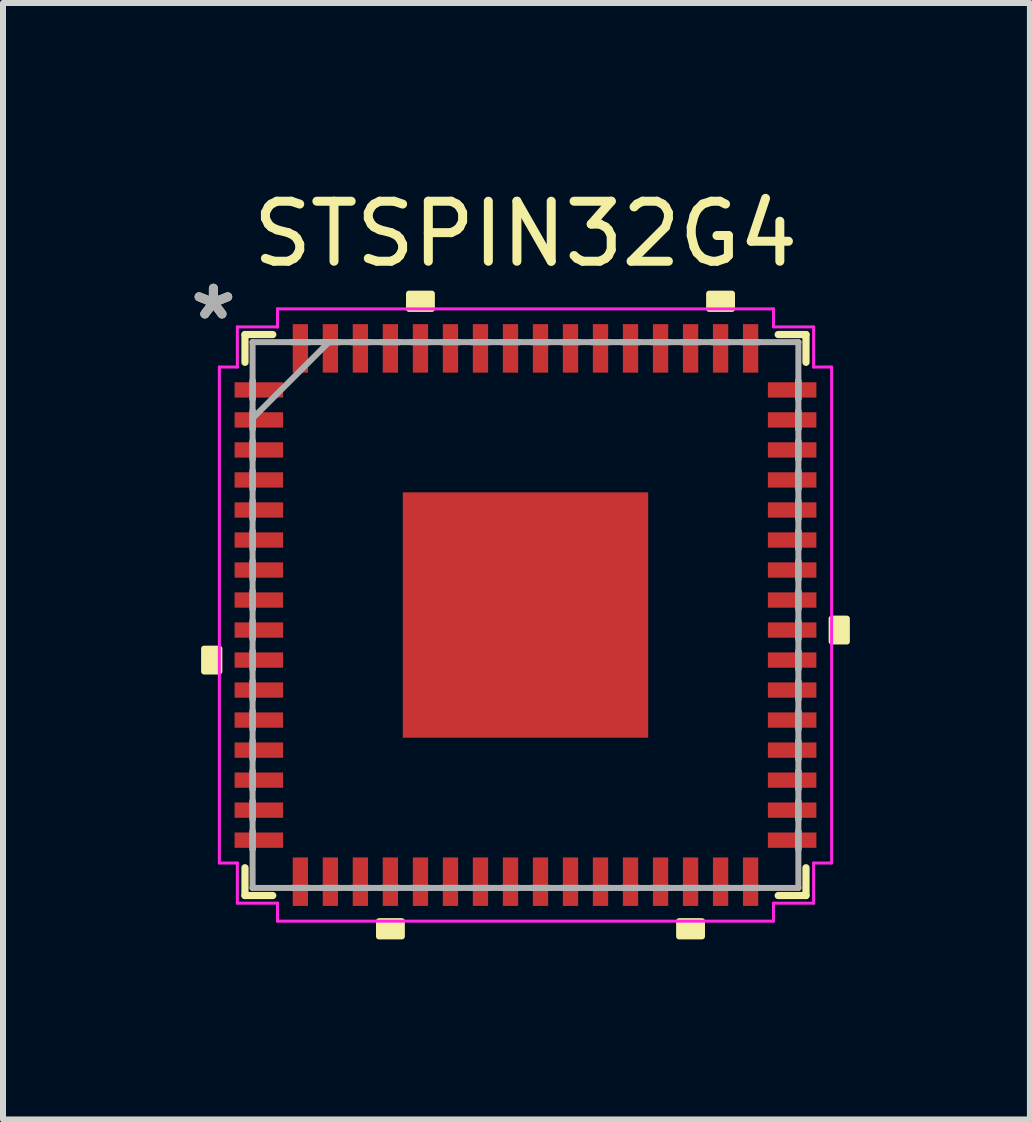
<source format=kicad_pcb>
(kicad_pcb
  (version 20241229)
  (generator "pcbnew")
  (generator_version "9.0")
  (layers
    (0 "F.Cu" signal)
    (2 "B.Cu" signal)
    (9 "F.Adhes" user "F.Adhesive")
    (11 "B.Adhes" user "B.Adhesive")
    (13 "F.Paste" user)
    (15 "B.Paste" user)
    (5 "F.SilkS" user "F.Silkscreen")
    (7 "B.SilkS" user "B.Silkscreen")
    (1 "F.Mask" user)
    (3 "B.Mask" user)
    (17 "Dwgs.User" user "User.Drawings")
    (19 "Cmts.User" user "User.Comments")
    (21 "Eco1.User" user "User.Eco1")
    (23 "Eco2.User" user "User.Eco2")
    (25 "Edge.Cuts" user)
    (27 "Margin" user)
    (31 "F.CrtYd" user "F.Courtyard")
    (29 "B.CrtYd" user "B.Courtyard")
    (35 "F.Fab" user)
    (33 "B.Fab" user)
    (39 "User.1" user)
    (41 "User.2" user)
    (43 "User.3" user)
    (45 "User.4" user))
  (footprint "STSPIN32G4"
    (layer "F.Cu")
    (at 5.706 7.198)
    (property "Reference" "STSPIN32G4" (at 0 -6.35 0) (layer "F.SilkS") (effects (font (size 1 1) (thickness 0.15))))
    (attr through_hole)
    (fp_line (start -4.674 -4.674) (end -4.674 -4.211) (stroke (width 0.12) (type solid)) (layer "F.SilkS"))
    (fp_line (start -4.674 4.211) (end -4.674 4.674) (stroke (width 0.12) (type solid)) (layer "F.SilkS"))
    (fp_line (start -4.674 4.674) (end -4.211 4.674) (stroke (width 0.12) (type solid)) (layer "F.SilkS"))
    (fp_line (start -4.211 -4.674) (end -4.674 -4.674) (stroke (width 0.12) (type solid)) (layer "F.SilkS"))
    (fp_line (start 4.211 4.674) (end 4.674 4.674) (stroke (width 0.12) (type solid)) (layer "F.SilkS"))
    (fp_line (start 4.674 -4.674) (end 4.211 -4.674) (stroke (width 0.12) (type solid)) (layer "F.SilkS"))
    (fp_line (start 4.674 -4.211) (end 4.674 -4.674) (stroke (width 0.12) (type solid)) (layer "F.SilkS"))
    (fp_line (start 4.674 4.674) (end 4.674 4.211) (stroke (width 0.12) (type solid)) (layer "F.SilkS"))
    (fp_poly (pts (xy -5.355 0.56) (xy -5.355 0.941) (xy -5.101 0.941) (xy -5.101 0.56)) (stroke (width 0.1) (type solid)) (fill yes) (layer "F.SilkS"))
    (fp_poly (pts (xy -2.441 5.101) (xy -2.441 5.355) (xy -2.06 5.355) (xy -2.06 5.101)) (stroke (width 0.1) (type solid)) (fill yes) (layer "F.SilkS"))
    (fp_poly (pts (xy -1.941 -5.101) (xy -1.941 -5.355) (xy -1.56 -5.355) (xy -1.56 -5.101)) (stroke (width 0.1) (type solid)) (fill yes) (layer "F.SilkS"))
    (fp_poly (pts (xy 2.56 5.101) (xy 2.56 5.355) (xy 2.941 5.355) (xy 2.941 5.101)) (stroke (width 0.1) (type solid)) (fill yes) (layer "F.SilkS"))
    (fp_poly (pts (xy 3.06 -5.101) (xy 3.06 -5.355) (xy 3.441 -5.355) (xy 3.441 -5.101)) (stroke (width 0.1) (type solid)) (fill yes) (layer "F.SilkS"))
    (fp_poly (pts (xy 5.355 0.06) (xy 5.355 0.441) (xy 5.101 0.441) (xy 5.101 0.06)) (stroke (width 0.1) (type solid)) (fill yes) (layer "F.SilkS"))
    (fp_poly (pts (xy -1.945 -1.945) (xy -1.945 -0.782) (xy -0.782 -0.782) (xy -0.782 -1.945)) (stroke (width 0.1) (type solid)) (fill yes) (layer "F.Paste"))
    (fp_poly (pts (xy -1.945 -0.582) (xy -1.945 0.582) (xy -0.782 0.582) (xy -0.782 -0.582)) (stroke (width 0.1) (type solid)) (fill yes) (layer "F.Paste"))
    (fp_poly (pts (xy -1.945 0.782) (xy -1.945 1.945) (xy -0.782 1.945) (xy -0.782 0.782)) (stroke (width 0.1) (type solid)) (fill yes) (layer "F.Paste"))
    (fp_poly (pts (xy -0.582 -1.945) (xy -0.582 -0.782) (xy 0.582 -0.782) (xy 0.582 -1.945)) (stroke (width 0.1) (type solid)) (fill yes) (layer "F.Paste"))
    (fp_poly (pts (xy -0.582 -0.582) (xy -0.582 0.582) (xy 0.582 0.582) (xy 0.582 -0.582)) (stroke (width 0.1) (type solid)) (fill yes) (layer "F.Paste"))
    (fp_poly (pts (xy -0.582 0.782) (xy -0.582 1.945) (xy 0.582 1.945) (xy 0.582 0.782)) (stroke (width 0.1) (type solid)) (fill yes) (layer "F.Paste"))
    (fp_poly (pts (xy 0.782 -1.945) (xy 0.782 -0.782) (xy 1.945 -0.782) (xy 1.945 -1.945)) (stroke (width 0.1) (type solid)) (fill yes) (layer "F.Paste"))
    (fp_poly (pts (xy 0.782 -0.582) (xy 0.782 0.582) (xy 1.945 0.582) (xy 1.945 -0.582)) (stroke (width 0.1) (type solid)) (fill yes) (layer "F.Paste"))
    (fp_poly (pts (xy 0.782 0.782) (xy 0.782 1.945) (xy 1.945 1.945) (xy 1.945 0.782)) (stroke (width 0.1) (type solid)) (fill yes) (layer "F.Paste"))
    (fp_line (start -5.101 -4.132) (end -4.801 -4.132) (stroke (width 0.05) (type solid)) (layer "F.CrtYd"))
    (fp_line (start -5.101 4.132) (end -5.101 -4.132) (stroke (width 0.05) (type solid)) (layer "F.CrtYd"))
    (fp_line (start -4.801 -4.801) (end -4.132 -4.801) (stroke (width 0.05) (type solid)) (layer "F.CrtYd"))
    (fp_line (start -4.801 -4.132) (end -4.801 -4.801) (stroke (width 0.05) (type solid)) (layer "F.CrtYd"))
    (fp_line (start -4.801 4.132) (end -5.101 4.132) (stroke (width 0.05) (type solid)) (layer "F.CrtYd"))
    (fp_line (start -4.801 4.801) (end -4.801 4.132) (stroke (width 0.05) (type solid)) (layer "F.CrtYd"))
    (fp_line (start -4.132 -5.101) (end 4.132 -5.101) (stroke (width 0.05) (type solid)) (layer "F.CrtYd"))
    (fp_line (start -4.132 -4.801) (end -4.132 -5.101) (stroke (width 0.05) (type solid)) (layer "F.CrtYd"))
    (fp_line (start -4.132 4.801) (end -4.801 4.801) (stroke (width 0.05) (type solid)) (layer "F.CrtYd"))
    (fp_line (start -4.132 5.101) (end -4.132 4.801) (stroke (width 0.05) (type solid)) (layer "F.CrtYd"))
    (fp_line (start 4.132 -5.101) (end 4.132 -4.801) (stroke (width 0.05) (type solid)) (layer "F.CrtYd"))
    (fp_line (start 4.132 -4.801) (end 4.801 -4.801) (stroke (width 0.05) (type solid)) (layer "F.CrtYd"))
    (fp_line (start 4.132 4.801) (end 4.132 5.101) (stroke (width 0.05) (type solid)) (layer "F.CrtYd"))
    (fp_line (start 4.132 5.101) (end -4.132 5.101) (stroke (width 0.05) (type solid)) (layer "F.CrtYd"))
    (fp_line (start 4.801 -4.801) (end 4.801 -4.132) (stroke (width 0.05) (type solid)) (layer "F.CrtYd"))
    (fp_line (start 4.801 -4.132) (end 5.101 -4.132) (stroke (width 0.05) (type solid)) (layer "F.CrtYd"))
    (fp_line (start 4.801 4.132) (end 4.801 4.801) (stroke (width 0.05) (type solid)) (layer "F.CrtYd"))
    (fp_line (start 4.801 4.801) (end 4.132 4.801) (stroke (width 0.05) (type solid)) (layer "F.CrtYd"))
    (fp_line (start 5.101 -4.132) (end 5.101 4.132) (stroke (width 0.05) (type solid)) (layer "F.CrtYd"))
    (fp_line (start 5.101 4.132) (end 4.801 4.132) (stroke (width 0.05) (type solid)) (layer "F.CrtYd"))
    (fp_line (start -4.547 -4.547) (end -4.547 -4.547) (stroke (width 0.1) (type solid)) (layer "F.Fab"))
    (fp_line (start -4.547 -4.547) (end -4.547 4.547) (stroke (width 0.1) (type solid)) (layer "F.Fab"))
    (fp_line (start -4.547 -3.903) (end -4.547 -3.903) (stroke (width 0.1) (type solid)) (layer "F.Fab"))
    (fp_line (start -4.547 -3.903) (end -4.547 -3.599) (stroke (width 0.1) (type solid)) (layer "F.Fab"))
    (fp_line (start -4.547 -3.599) (end -4.547 -3.903) (stroke (width 0.1) (type solid)) (layer "F.Fab"))
    (fp_line (start -4.547 -3.599) (end -4.547 -3.599) (stroke (width 0.1) (type solid)) (layer "F.Fab"))
    (fp_line (start -4.547 -3.403) (end -4.547 -3.403) (stroke (width 0.1) (type solid)) (layer "F.Fab"))
    (fp_line (start -4.547 -3.403) (end -4.547 -3.098) (stroke (width 0.1) (type solid)) (layer "F.Fab"))
    (fp_line (start -4.547 -3.277) (end -3.277 -4.547) (stroke (width 0.1) (type solid)) (layer "F.Fab"))
    (fp_line (start -4.547 -3.098) (end -4.547 -3.403) (stroke (width 0.1) (type solid)) (layer "F.Fab"))
    (fp_line (start -4.547 -3.098) (end -4.547 -3.098) (stroke (width 0.1) (type solid)) (layer "F.Fab"))
    (fp_line (start -4.547 -2.903) (end -4.547 -2.903) (stroke (width 0.1) (type solid)) (layer "F.Fab"))
    (fp_line (start -4.547 -2.903) (end -4.547 -2.598) (stroke (width 0.1) (type solid)) (layer "F.Fab"))
    (fp_line (start -4.547 -2.598) (end -4.547 -2.903) (stroke (width 0.1) (type solid)) (layer "F.Fab"))
    (fp_line (start -4.547 -2.598) (end -4.547 -2.598) (stroke (width 0.1) (type solid)) (layer "F.Fab"))
    (fp_line (start -4.547 -2.403) (end -4.547 -2.403) (stroke (width 0.1) (type solid)) (layer "F.Fab"))
    (fp_line (start -4.547 -2.403) (end -4.547 -2.098) (stroke (width 0.1) (type solid)) (layer "F.Fab"))
    (fp_line (start -4.547 -2.098) (end -4.547 -2.403) (stroke (width 0.1) (type solid)) (layer "F.Fab"))
    (fp_line (start -4.547 -2.098) (end -4.547 -2.098) (stroke (width 0.1) (type solid)) (layer "F.Fab"))
    (fp_line (start -4.547 -1.903) (end -4.547 -1.903) (stroke (width 0.1) (type solid)) (layer "F.Fab"))
    (fp_line (start -4.547 -1.903) (end -4.547 -1.598) (stroke (width 0.1) (type solid)) (layer "F.Fab"))
    (fp_line (start -4.547 -1.598) (end -4.547 -1.903) (stroke (width 0.1) (type solid)) (layer "F.Fab"))
    (fp_line (start -4.547 -1.598) (end -4.547 -1.598) (stroke (width 0.1) (type solid)) (layer "F.Fab"))
    (fp_line (start -4.547 -1.403) (end -4.547 -1.403) (stroke (width 0.1) (type solid)) (layer "F.Fab"))
    (fp_line (start -4.547 -1.403) (end -4.547 -1.098) (stroke (width 0.1) (type solid)) (layer "F.Fab"))
    (fp_line (start -4.547 -1.098) (end -4.547 -1.403) (stroke (width 0.1) (type solid)) (layer "F.Fab"))
    (fp_line (start -4.547 -1.098) (end -4.547 -1.098) (stroke (width 0.1) (type solid)) (layer "F.Fab"))
    (fp_line (start -4.547 -0.903) (end -4.547 -0.903) (stroke (width 0.1) (type solid)) (layer "F.Fab"))
    (fp_line (start -4.547 -0.903) (end -4.547 -0.598) (stroke (width 0.1) (type solid)) (layer "F.Fab"))
    (fp_line (start -4.547 -0.598) (end -4.547 -0.903) (stroke (width 0.1) (type solid)) (layer "F.Fab"))
    (fp_line (start -4.547 -0.598) (end -4.547 -0.598) (stroke (width 0.1) (type solid)) (layer "F.Fab"))
    (fp_line (start -4.547 -0.402) (end -4.547 -0.402) (stroke (width 0.1) (type solid)) (layer "F.Fab"))
    (fp_line (start -4.547 -0.402) (end -4.547 -0.098) (stroke (width 0.1) (type solid)) (layer "F.Fab"))
    (fp_line (start -4.547 -0.098) (end -4.547 -0.402) (stroke (width 0.1) (type solid)) (layer "F.Fab"))
    (fp_line (start -4.547 -0.098) (end -4.547 -0.098) (stroke (width 0.1) (type solid)) (layer "F.Fab"))
    (fp_line (start -4.547 0.098) (end -4.547 0.098) (stroke (width 0.1) (type solid)) (layer "F.Fab"))
    (fp_line (start -4.547 0.098) (end -4.547 0.402) (stroke (width 0.1) (type solid)) (layer "F.Fab"))
    (fp_line (start -4.547 0.402) (end -4.547 0.098) (stroke (width 0.1) (type solid)) (layer "F.Fab"))
    (fp_line (start -4.547 0.402) (end -4.547 0.402) (stroke (width 0.1) (type solid)) (layer "F.Fab"))
    (fp_line (start -4.547 0.598) (end -4.547 0.598) (stroke (width 0.1) (type solid)) (layer "F.Fab"))
    (fp_line (start -4.547 0.598) (end -4.547 0.903) (stroke (width 0.1) (type solid)) (layer "F.Fab"))
    (fp_line (start -4.547 0.903) (end -4.547 0.598) (stroke (width 0.1) (type solid)) (layer "F.Fab"))
    (fp_line (start -4.547 0.903) (end -4.547 0.903) (stroke (width 0.1) (type solid)) (layer "F.Fab"))
    (fp_line (start -4.547 1.098) (end -4.547 1.098) (stroke (width 0.1) (type solid)) (layer "F.Fab"))
    (fp_line (start -4.547 1.098) (end -4.547 1.403) (stroke (width 0.1) (type solid)) (layer "F.Fab"))
    (fp_line (start -4.547 1.403) (end -4.547 1.098) (stroke (width 0.1) (type solid)) (layer "F.Fab"))
    (fp_line (start -4.547 1.403) (end -4.547 1.403) (stroke (width 0.1) (type solid)) (layer "F.Fab"))
    (fp_line (start -4.547 1.598) (end -4.547 1.598) (stroke (width 0.1) (type solid)) (layer "F.Fab"))
    (fp_line (start -4.547 1.598) (end -4.547 1.903) (stroke (width 0.1) (type solid)) (layer "F.Fab"))
    (fp_line (start -4.547 1.903) (end -4.547 1.598) (stroke (width 0.1) (type solid)) (layer "F.Fab"))
    (fp_line (start -4.547 1.903) (end -4.547 1.903) (stroke (width 0.1) (type solid)) (layer "F.Fab"))
    (fp_line (start -4.547 2.098) (end -4.547 2.098) (stroke (width 0.1) (type solid)) (layer "F.Fab"))
    (fp_line (start -4.547 2.098) (end -4.547 2.403) (stroke (width 0.1) (type solid)) (layer "F.Fab"))
    (fp_line (start -4.547 2.403) (end -4.547 2.098) (stroke (width 0.1) (type solid)) (layer "F.Fab"))
    (fp_line (start -4.547 2.403) (end -4.547 2.403) (stroke (width 0.1) (type solid)) (layer "F.Fab"))
    (fp_line (start -4.547 2.598) (end -4.547 2.598) (stroke (width 0.1) (type solid)) (layer "F.Fab"))
    (fp_line (start -4.547 2.598) (end -4.547 2.903) (stroke (width 0.1) (type solid)) (layer "F.Fab"))
    (fp_line (start -4.547 2.903) (end -4.547 2.598) (stroke (width 0.1) (type solid)) (layer "F.Fab"))
    (fp_line (start -4.547 2.903) (end -4.547 2.903) (stroke (width 0.1) (type solid)) (layer "F.Fab"))
    (fp_line (start -4.547 3.098) (end -4.547 3.098) (stroke (width 0.1) (type solid)) (layer "F.Fab"))
    (fp_line (start -4.547 3.098) (end -4.547 3.403) (stroke (width 0.1) (type solid)) (layer "F.Fab"))
    (fp_line (start -4.547 3.403) (end -4.547 3.098) (stroke (width 0.1) (type solid)) (layer "F.Fab"))
    (fp_line (start -4.547 3.403) (end -4.547 3.403) (stroke (width 0.1) (type solid)) (layer "F.Fab"))
    (fp_line (start -4.547 3.599) (end -4.547 3.599) (stroke (width 0.1) (type solid)) (layer "F.Fab"))
    (fp_line (start -4.547 3.599) (end -4.547 3.903) (stroke (width 0.1) (type solid)) (layer "F.Fab"))
    (fp_line (start -4.547 3.903) (end -4.547 3.599) (stroke (width 0.1) (type solid)) (layer "F.Fab"))
    (fp_line (start -4.547 3.903) (end -4.547 3.903) (stroke (width 0.1) (type solid)) (layer "F.Fab"))
    (fp_line (start -4.547 4.547) (end -4.547 4.547) (stroke (width 0.1) (type solid)) (layer "F.Fab"))
    (fp_line (start -4.547 4.547) (end 4.547 4.547) (stroke (width 0.1) (type solid)) (layer "F.Fab"))
    (fp_line (start -3.903 -4.547) (end -3.903 -4.547) (stroke (width 0.1) (type solid)) (layer "F.Fab"))
    (fp_line (start -3.903 -4.547) (end -3.599 -4.547) (stroke (width 0.1) (type solid)) (layer "F.Fab"))
    (fp_line (start -3.903 4.547) (end -3.903 4.547) (stroke (width 0.1) (type solid)) (layer "F.Fab"))
    (fp_line (start -3.903 4.547) (end -3.599 4.547) (stroke (width 0.1) (type solid)) (layer "F.Fab"))
    (fp_line (start -3.599 -4.547) (end -3.903 -4.547) (stroke (width 0.1) (type solid)) (layer "F.Fab"))
    (fp_line (start -3.599 -4.547) (end -3.599 -4.547) (stroke (width 0.1) (type solid)) (layer "F.Fab"))
    (fp_line (start -3.599 4.547) (end -3.903 4.547) (stroke (width 0.1) (type solid)) (layer "F.Fab"))
    (fp_line (start -3.599 4.547) (end -3.599 4.547) (stroke (width 0.1) (type solid)) (layer "F.Fab"))
    (fp_line (start -3.403 -4.547) (end -3.403 -4.547) (stroke (width 0.1) (type solid)) (layer "F.Fab"))
    (fp_line (start -3.403 -4.547) (end -3.098 -4.547) (stroke (width 0.1) (type solid)) (layer "F.Fab"))
    (fp_line (start -3.403 4.547) (end -3.403 4.547) (stroke (width 0.1) (type solid)) (layer "F.Fab"))
    (fp_line (start -3.403 4.547) (end -3.098 4.547) (stroke (width 0.1) (type solid)) (layer "F.Fab"))
    (fp_line (start -3.098 -4.547) (end -3.403 -4.547) (stroke (width 0.1) (type solid)) (layer "F.Fab"))
    (fp_line (start -3.098 -4.547) (end -3.098 -4.547) (stroke (width 0.1) (type solid)) (layer "F.Fab"))
    (fp_line (start -3.098 4.547) (end -3.403 4.547) (stroke (width 0.1) (type solid)) (layer "F.Fab"))
    (fp_line (start -3.098 4.547) (end -3.098 4.547) (stroke (width 0.1) (type solid)) (layer "F.Fab"))
    (fp_line (start -2.903 -4.547) (end -2.903 -4.547) (stroke (width 0.1) (type solid)) (layer "F.Fab"))
    (fp_line (start -2.903 -4.547) (end -2.598 -4.547) (stroke (width 0.1) (type solid)) (layer "F.Fab"))
    (fp_line (start -2.903 4.547) (end -2.903 4.547) (stroke (width 0.1) (type solid)) (layer "F.Fab"))
    (fp_line (start -2.903 4.547) (end -2.598 4.547) (stroke (width 0.1) (type solid)) (layer "F.Fab"))
    (fp_line (start -2.598 -4.547) (end -2.903 -4.547) (stroke (width 0.1) (type solid)) (layer "F.Fab"))
    (fp_line (start -2.598 -4.547) (end -2.598 -4.547) (stroke (width 0.1) (type solid)) (layer "F.Fab"))
    (fp_line (start -2.598 4.547) (end -2.903 4.547) (stroke (width 0.1) (type solid)) (layer "F.Fab"))
    (fp_line (start -2.598 4.547) (end -2.598 4.547) (stroke (width 0.1) (type solid)) (layer "F.Fab"))
    (fp_line (start -2.403 -4.547) (end -2.403 -4.547) (stroke (width 0.1) (type solid)) (layer "F.Fab"))
    (fp_line (start -2.403 -4.547) (end -2.098 -4.547) (stroke (width 0.1) (type solid)) (layer "F.Fab"))
    (fp_line (start -2.403 4.547) (end -2.403 4.547) (stroke (width 0.1) (type solid)) (layer "F.Fab"))
    (fp_line (start -2.403 4.547) (end -2.098 4.547) (stroke (width 0.1) (type solid)) (layer "F.Fab"))
    (fp_line (start -2.098 -4.547) (end -2.403 -4.547) (stroke (width 0.1) (type solid)) (layer "F.Fab"))
    (fp_line (start -2.098 -4.547) (end -2.098 -4.547) (stroke (width 0.1) (type solid)) (layer "F.Fab"))
    (fp_line (start -2.098 4.547) (end -2.403 4.547) (stroke (width 0.1) (type solid)) (layer "F.Fab"))
    (fp_line (start -2.098 4.547) (end -2.098 4.547) (stroke (width 0.1) (type solid)) (layer "F.Fab"))
    (fp_line (start -1.903 -4.547) (end -1.903 -4.547) (stroke (width 0.1) (type solid)) (layer "F.Fab"))
    (fp_line (start -1.903 -4.547) (end -1.598 -4.547) (stroke (width 0.1) (type solid)) (layer "F.Fab"))
    (fp_line (start -1.903 4.547) (end -1.903 4.547) (stroke (width 0.1) (type solid)) (layer "F.Fab"))
    (fp_line (start -1.903 4.547) (end -1.598 4.547) (stroke (width 0.1) (type solid)) (layer "F.Fab"))
    (fp_line (start -1.598 -4.547) (end -1.903 -4.547) (stroke (width 0.1) (type solid)) (layer "F.Fab"))
    (fp_line (start -1.598 -4.547) (end -1.598 -4.547) (stroke (width 0.1) (type solid)) (layer "F.Fab"))
    (fp_line (start -1.598 4.547) (end -1.903 4.547) (stroke (width 0.1) (type solid)) (layer "F.Fab"))
    (fp_line (start -1.598 4.547) (end -1.598 4.547) (stroke (width 0.1) (type solid)) (layer "F.Fab"))
    (fp_line (start -1.403 -4.547) (end -1.403 -4.547) (stroke (width 0.1) (type solid)) (layer "F.Fab"))
    (fp_line (start -1.403 -4.547) (end -1.098 -4.547) (stroke (width 0.1) (type solid)) (layer "F.Fab"))
    (fp_line (start -1.403 4.547) (end -1.403 4.547) (stroke (width 0.1) (type solid)) (layer "F.Fab"))
    (fp_line (start -1.403 4.547) (end -1.098 4.547) (stroke (width 0.1) (type solid)) (layer "F.Fab"))
    (fp_line (start -1.098 -4.547) (end -1.403 -4.547) (stroke (width 0.1) (type solid)) (layer "F.Fab"))
    (fp_line (start -1.098 -4.547) (end -1.098 -4.547) (stroke (width 0.1) (type solid)) (layer "F.Fab"))
    (fp_line (start -1.098 4.547) (end -1.403 4.547) (stroke (width 0.1) (type solid)) (layer "F.Fab"))
    (fp_line (start -1.098 4.547) (end -1.098 4.547) (stroke (width 0.1) (type solid)) (layer "F.Fab"))
    (fp_line (start -0.903 -4.547) (end -0.903 -4.547) (stroke (width 0.1) (type solid)) (layer "F.Fab"))
    (fp_line (start -0.903 -4.547) (end -0.598 -4.547) (stroke (width 0.1) (type solid)) (layer "F.Fab"))
    (fp_line (start -0.903 4.547) (end -0.903 4.547) (stroke (width 0.1) (type solid)) (layer "F.Fab"))
    (fp_line (start -0.903 4.547) (end -0.598 4.547) (stroke (width 0.1) (type solid)) (layer "F.Fab"))
    (fp_line (start -0.598 -4.547) (end -0.903 -4.547) (stroke (width 0.1) (type solid)) (layer "F.Fab"))
    (fp_line (start -0.598 -4.547) (end -0.598 -4.547) (stroke (width 0.1) (type solid)) (layer "F.Fab"))
    (fp_line (start -0.598 4.547) (end -0.903 4.547) (stroke (width 0.1) (type solid)) (layer "F.Fab"))
    (fp_line (start -0.598 4.547) (end -0.598 4.547) (stroke (width 0.1) (type solid)) (layer "F.Fab"))
    (fp_line (start -0.402 -4.547) (end -0.402 -4.547) (stroke (width 0.1) (type solid)) (layer "F.Fab"))
    (fp_line (start -0.402 -4.547) (end -0.098 -4.547) (stroke (width 0.1) (type solid)) (layer "F.Fab"))
    (fp_line (start -0.402 4.547) (end -0.402 4.547) (stroke (width 0.1) (type solid)) (layer "F.Fab"))
    (fp_line (start -0.402 4.547) (end -0.098 4.547) (stroke (width 0.1) (type solid)) (layer "F.Fab"))
    (fp_line (start -0.098 -4.547) (end -0.402 -4.547) (stroke (width 0.1) (type solid)) (layer "F.Fab"))
    (fp_line (start -0.098 -4.547) (end -0.098 -4.547) (stroke (width 0.1) (type solid)) (layer "F.Fab"))
    (fp_line (start -0.098 4.547) (end -0.402 4.547) (stroke (width 0.1) (type solid)) (layer "F.Fab"))
    (fp_line (start -0.098 4.547) (end -0.098 4.547) (stroke (width 0.1) (type solid)) (layer "F.Fab"))
    (fp_line (start 0.098 -4.547) (end 0.098 -4.547) (stroke (width 0.1) (type solid)) (layer "F.Fab"))
    (fp_line (start 0.098 -4.547) (end 0.402 -4.547) (stroke (width 0.1) (type solid)) (layer "F.Fab"))
    (fp_line (start 0.098 4.547) (end 0.098 4.547) (stroke (width 0.1) (type solid)) (layer "F.Fab"))
    (fp_line (start 0.098 4.547) (end 0.402 4.547) (stroke (width 0.1) (type solid)) (layer "F.Fab"))
    (fp_line (start 0.402 -4.547) (end 0.098 -4.547) (stroke (width 0.1) (type solid)) (layer "F.Fab"))
    (fp_line (start 0.402 -4.547) (end 0.402 -4.547) (stroke (width 0.1) (type solid)) (layer "F.Fab"))
    (fp_line (start 0.402 4.547) (end 0.098 4.547) (stroke (width 0.1) (type solid)) (layer "F.Fab"))
    (fp_line (start 0.402 4.547) (end 0.402 4.547) (stroke (width 0.1) (type solid)) (layer "F.Fab"))
    (fp_line (start 0.598 -4.547) (end 0.598 -4.547) (stroke (width 0.1) (type solid)) (layer "F.Fab"))
    (fp_line (start 0.598 -4.547) (end 0.903 -4.547) (stroke (width 0.1) (type solid)) (layer "F.Fab"))
    (fp_line (start 0.598 4.547) (end 0.598 4.547) (stroke (width 0.1) (type solid)) (layer "F.Fab"))
    (fp_line (start 0.598 4.547) (end 0.903 4.547) (stroke (width 0.1) (type solid)) (layer "F.Fab"))
    (fp_line (start 0.903 -4.547) (end 0.598 -4.547) (stroke (width 0.1) (type solid)) (layer "F.Fab"))
    (fp_line (start 0.903 -4.547) (end 0.903 -4.547) (stroke (width 0.1) (type solid)) (layer "F.Fab"))
    (fp_line (start 0.903 4.547) (end 0.598 4.547) (stroke (width 0.1) (type solid)) (layer "F.Fab"))
    (fp_line (start 0.903 4.547) (end 0.903 4.547) (stroke (width 0.1) (type solid)) (layer "F.Fab"))
    (fp_line (start 1.098 -4.547) (end 1.098 -4.547) (stroke (width 0.1) (type solid)) (layer "F.Fab"))
    (fp_line (start 1.098 -4.547) (end 1.403 -4.547) (stroke (width 0.1) (type solid)) (layer "F.Fab"))
    (fp_line (start 1.098 4.547) (end 1.098 4.547) (stroke (width 0.1) (type solid)) (layer "F.Fab"))
    (fp_line (start 1.098 4.547) (end 1.403 4.547) (stroke (width 0.1) (type solid)) (layer "F.Fab"))
    (fp_line (start 1.403 -4.547) (end 1.098 -4.547) (stroke (width 0.1) (type solid)) (layer "F.Fab"))
    (fp_line (start 1.403 -4.547) (end 1.403 -4.547) (stroke (width 0.1) (type solid)) (layer "F.Fab"))
    (fp_line (start 1.403 4.547) (end 1.098 4.547) (stroke (width 0.1) (type solid)) (layer "F.Fab"))
    (fp_line (start 1.403 4.547) (end 1.403 4.547) (stroke (width 0.1) (type solid)) (layer "F.Fab"))
    (fp_line (start 1.598 -4.547) (end 1.598 -4.547) (stroke (width 0.1) (type solid)) (layer "F.Fab"))
    (fp_line (start 1.598 -4.547) (end 1.903 -4.547) (stroke (width 0.1) (type solid)) (layer "F.Fab"))
    (fp_line (start 1.598 4.547) (end 1.598 4.547) (stroke (width 0.1) (type solid)) (layer "F.Fab"))
    (fp_line (start 1.598 4.547) (end 1.903 4.547) (stroke (width 0.1) (type solid)) (layer "F.Fab"))
    (fp_line (start 1.903 -4.547) (end 1.598 -4.547) (stroke (width 0.1) (type solid)) (layer "F.Fab"))
    (fp_line (start 1.903 -4.547) (end 1.903 -4.547) (stroke (width 0.1) (type solid)) (layer "F.Fab"))
    (fp_line (start 1.903 4.547) (end 1.598 4.547) (stroke (width 0.1) (type solid)) (layer "F.Fab"))
    (fp_line (start 1.903 4.547) (end 1.903 4.547) (stroke (width 0.1) (type solid)) (layer "F.Fab"))
    (fp_line (start 2.098 -4.547) (end 2.098 -4.547) (stroke (width 0.1) (type solid)) (layer "F.Fab"))
    (fp_line (start 2.098 -4.547) (end 2.403 -4.547) (stroke (width 0.1) (type solid)) (layer "F.Fab"))
    (fp_line (start 2.098 4.547) (end 2.098 4.547) (stroke (width 0.1) (type solid)) (layer "F.Fab"))
    (fp_line (start 2.098 4.547) (end 2.403 4.547) (stroke (width 0.1) (type solid)) (layer "F.Fab"))
    (fp_line (start 2.403 -4.547) (end 2.098 -4.547) (stroke (width 0.1) (type solid)) (layer "F.Fab"))
    (fp_line (start 2.403 -4.547) (end 2.403 -4.547) (stroke (width 0.1) (type solid)) (layer "F.Fab"))
    (fp_line (start 2.403 4.547) (end 2.098 4.547) (stroke (width 0.1) (type solid)) (layer "F.Fab"))
    (fp_line (start 2.403 4.547) (end 2.403 4.547) (stroke (width 0.1) (type solid)) (layer "F.Fab"))
    (fp_line (start 2.598 -4.547) (end 2.598 -4.547) (stroke (width 0.1) (type solid)) (layer "F.Fab"))
    (fp_line (start 2.598 -4.547) (end 2.903 -4.547) (stroke (width 0.1) (type solid)) (layer "F.Fab"))
    (fp_line (start 2.598 4.547) (end 2.598 4.547) (stroke (width 0.1) (type solid)) (layer "F.Fab"))
    (fp_line (start 2.598 4.547) (end 2.903 4.547) (stroke (width 0.1) (type solid)) (layer "F.Fab"))
    (fp_line (start 2.903 -4.547) (end 2.598 -4.547) (stroke (width 0.1) (type solid)) (layer "F.Fab"))
    (fp_line (start 2.903 -4.547) (end 2.903 -4.547) (stroke (width 0.1) (type solid)) (layer "F.Fab"))
    (fp_line (start 2.903 4.547) (end 2.598 4.547) (stroke (width 0.1) (type solid)) (layer "F.Fab"))
    (fp_line (start 2.903 4.547) (end 2.903 4.547) (stroke (width 0.1) (type solid)) (layer "F.Fab"))
    (fp_line (start 3.098 -4.547) (end 3.098 -4.547) (stroke (width 0.1) (type solid)) (layer "F.Fab"))
    (fp_line (start 3.098 -4.547) (end 3.403 -4.547) (stroke (width 0.1) (type solid)) (layer "F.Fab"))
    (fp_line (start 3.098 4.547) (end 3.098 4.547) (stroke (width 0.1) (type solid)) (layer "F.Fab"))
    (fp_line (start 3.098 4.547) (end 3.403 4.547) (stroke (width 0.1) (type solid)) (layer "F.Fab"))
    (fp_line (start 3.403 -4.547) (end 3.098 -4.547) (stroke (width 0.1) (type solid)) (layer "F.Fab"))
    (fp_line (start 3.403 -4.547) (end 3.403 -4.547) (stroke (width 0.1) (type solid)) (layer "F.Fab"))
    (fp_line (start 3.403 4.547) (end 3.098 4.547) (stroke (width 0.1) (type solid)) (layer "F.Fab"))
    (fp_line (start 3.403 4.547) (end 3.403 4.547) (stroke (width 0.1) (type solid)) (layer "F.Fab"))
    (fp_line (start 3.599 -4.547) (end 3.599 -4.547) (stroke (width 0.1) (type solid)) (layer "F.Fab"))
    (fp_line (start 3.599 -4.547) (end 3.903 -4.547) (stroke (width 0.1) (type solid)) (layer "F.Fab"))
    (fp_line (start 3.599 4.547) (end 3.599 4.547) (stroke (width 0.1) (type solid)) (layer "F.Fab"))
    (fp_line (start 3.599 4.547) (end 3.903 4.547) (stroke (width 0.1) (type solid)) (layer "F.Fab"))
    (fp_line (start 3.903 -4.547) (end 3.599 -4.547) (stroke (width 0.1) (type solid)) (layer "F.Fab"))
    (fp_line (start 3.903 -4.547) (end 3.903 -4.547) (stroke (width 0.1) (type solid)) (layer "F.Fab"))
    (fp_line (start 3.903 4.547) (end 3.599 4.547) (stroke (width 0.1) (type solid)) (layer "F.Fab"))
    (fp_line (start 3.903 4.547) (end 3.903 4.547) (stroke (width 0.1) (type solid)) (layer "F.Fab"))
    (fp_line (start 4.547 -4.547) (end -4.547 -4.547) (stroke (width 0.1) (type solid)) (layer "F.Fab"))
    (fp_line (start 4.547 -4.547) (end 4.547 -4.547) (stroke (width 0.1) (type solid)) (layer "F.Fab"))
    (fp_line (start 4.547 -3.903) (end 4.547 -3.903) (stroke (width 0.1) (type solid)) (layer "F.Fab"))
    (fp_line (start 4.547 -3.903) (end 4.547 -3.599) (stroke (width 0.1) (type solid)) (layer "F.Fab"))
    (fp_line (start 4.547 -3.599) (end 4.547 -3.903) (stroke (width 0.1) (type solid)) (layer "F.Fab"))
    (fp_line (start 4.547 -3.599) (end 4.547 -3.599) (stroke (width 0.1) (type solid)) (layer "F.Fab"))
    (fp_line (start 4.547 -3.403) (end 4.547 -3.403) (stroke (width 0.1) (type solid)) (layer "F.Fab"))
    (fp_line (start 4.547 -3.403) (end 4.547 -3.098) (stroke (width 0.1) (type solid)) (layer "F.Fab"))
    (fp_line (start 4.547 -3.098) (end 4.547 -3.403) (stroke (width 0.1) (type solid)) (layer "F.Fab"))
    (fp_line (start 4.547 -3.098) (end 4.547 -3.098) (stroke (width 0.1) (type solid)) (layer "F.Fab"))
    (fp_line (start 4.547 -2.903) (end 4.547 -2.903) (stroke (width 0.1) (type solid)) (layer "F.Fab"))
    (fp_line (start 4.547 -2.903) (end 4.547 -2.598) (stroke (width 0.1) (type solid)) (layer "F.Fab"))
    (fp_line (start 4.547 -2.598) (end 4.547 -2.903) (stroke (width 0.1) (type solid)) (layer "F.Fab"))
    (fp_line (start 4.547 -2.598) (end 4.547 -2.598) (stroke (width 0.1) (type solid)) (layer "F.Fab"))
    (fp_line (start 4.547 -2.403) (end 4.547 -2.403) (stroke (width 0.1) (type solid)) (layer "F.Fab"))
    (fp_line (start 4.547 -2.403) (end 4.547 -2.098) (stroke (width 0.1) (type solid)) (layer "F.Fab"))
    (fp_line (start 4.547 -2.098) (end 4.547 -2.403) (stroke (width 0.1) (type solid)) (layer "F.Fab"))
    (fp_line (start 4.547 -2.098) (end 4.547 -2.098) (stroke (width 0.1) (type solid)) (layer "F.Fab"))
    (fp_line (start 4.547 -1.903) (end 4.547 -1.903) (stroke (width 0.1) (type solid)) (layer "F.Fab"))
    (fp_line (start 4.547 -1.903) (end 4.547 -1.598) (stroke (width 0.1) (type solid)) (layer "F.Fab"))
    (fp_line (start 4.547 -1.598) (end 4.547 -1.903) (stroke (width 0.1) (type solid)) (layer "F.Fab"))
    (fp_line (start 4.547 -1.598) (end 4.547 -1.598) (stroke (width 0.1) (type solid)) (layer "F.Fab"))
    (fp_line (start 4.547 -1.403) (end 4.547 -1.403) (stroke (width 0.1) (type solid)) (layer "F.Fab"))
    (fp_line (start 4.547 -1.403) (end 4.547 -1.098) (stroke (width 0.1) (type solid)) (layer "F.Fab"))
    (fp_line (start 4.547 -1.098) (end 4.547 -1.403) (stroke (width 0.1) (type solid)) (layer "F.Fab"))
    (fp_line (start 4.547 -1.098) (end 4.547 -1.098) (stroke (width 0.1) (type solid)) (layer "F.Fab"))
    (fp_line (start 4.547 -0.903) (end 4.547 -0.903) (stroke (width 0.1) (type solid)) (layer "F.Fab"))
    (fp_line (start 4.547 -0.903) (end 4.547 -0.598) (stroke (width 0.1) (type solid)) (layer "F.Fab"))
    (fp_line (start 4.547 -0.598) (end 4.547 -0.903) (stroke (width 0.1) (type solid)) (layer "F.Fab"))
    (fp_line (start 4.547 -0.598) (end 4.547 -0.598) (stroke (width 0.1) (type solid)) (layer "F.Fab"))
    (fp_line (start 4.547 -0.402) (end 4.547 -0.402) (stroke (width 0.1) (type solid)) (layer "F.Fab"))
    (fp_line (start 4.547 -0.402) (end 4.547 -0.098) (stroke (width 0.1) (type solid)) (layer "F.Fab"))
    (fp_line (start 4.547 -0.098) (end 4.547 -0.402) (stroke (width 0.1) (type solid)) (layer "F.Fab"))
    (fp_line (start 4.547 -0.098) (end 4.547 -0.098) (stroke (width 0.1) (type solid)) (layer "F.Fab"))
    (fp_line (start 4.547 0.098) (end 4.547 0.098) (stroke (width 0.1) (type solid)) (layer "F.Fab"))
    (fp_line (start 4.547 0.098) (end 4.547 0.402) (stroke (width 0.1) (type solid)) (layer "F.Fab"))
    (fp_line (start 4.547 0.402) (end 4.547 0.098) (stroke (width 0.1) (type solid)) (layer "F.Fab"))
    (fp_line (start 4.547 0.402) (end 4.547 0.402) (stroke (width 0.1) (type solid)) (layer "F.Fab"))
    (fp_line (start 4.547 0.598) (end 4.547 0.598) (stroke (width 0.1) (type solid)) (layer "F.Fab"))
    (fp_line (start 4.547 0.598) (end 4.547 0.903) (stroke (width 0.1) (type solid)) (layer "F.Fab"))
    (fp_line (start 4.547 0.903) (end 4.547 0.598) (stroke (width 0.1) (type solid)) (layer "F.Fab"))
    (fp_line (start 4.547 0.903) (end 4.547 0.903) (stroke (width 0.1) (type solid)) (layer "F.Fab"))
    (fp_line (start 4.547 1.098) (end 4.547 1.098) (stroke (width 0.1) (type solid)) (layer "F.Fab"))
    (fp_line (start 4.547 1.098) (end 4.547 1.403) (stroke (width 0.1) (type solid)) (layer "F.Fab"))
    (fp_line (start 4.547 1.403) (end 4.547 1.098) (stroke (width 0.1) (type solid)) (layer "F.Fab"))
    (fp_line (start 4.547 1.403) (end 4.547 1.403) (stroke (width 0.1) (type solid)) (layer "F.Fab"))
    (fp_line (start 4.547 1.598) (end 4.547 1.598) (stroke (width 0.1) (type solid)) (layer "F.Fab"))
    (fp_line (start 4.547 1.598) (end 4.547 1.903) (stroke (width 0.1) (type solid)) (layer "F.Fab"))
    (fp_line (start 4.547 1.903) (end 4.547 1.598) (stroke (width 0.1) (type solid)) (layer "F.Fab"))
    (fp_line (start 4.547 1.903) (end 4.547 1.903) (stroke (width 0.1) (type solid)) (layer "F.Fab"))
    (fp_line (start 4.547 2.098) (end 4.547 2.098) (stroke (width 0.1) (type solid)) (layer "F.Fab"))
    (fp_line (start 4.547 2.098) (end 4.547 2.403) (stroke (width 0.1) (type solid)) (layer "F.Fab"))
    (fp_line (start 4.547 2.403) (end 4.547 2.098) (stroke (width 0.1) (type solid)) (layer "F.Fab"))
    (fp_line (start 4.547 2.403) (end 4.547 2.403) (stroke (width 0.1) (type solid)) (layer "F.Fab"))
    (fp_line (start 4.547 2.598) (end 4.547 2.598) (stroke (width 0.1) (type solid)) (layer "F.Fab"))
    (fp_line (start 4.547 2.598) (end 4.547 2.903) (stroke (width 0.1) (type solid)) (layer "F.Fab"))
    (fp_line (start 4.547 2.903) (end 4.547 2.598) (stroke (width 0.1) (type solid)) (layer "F.Fab"))
    (fp_line (start 4.547 2.903) (end 4.547 2.903) (stroke (width 0.1) (type solid)) (layer "F.Fab"))
    (fp_line (start 4.547 3.098) (end 4.547 3.098) (stroke (width 0.1) (type solid)) (layer "F.Fab"))
    (fp_line (start 4.547 3.098) (end 4.547 3.403) (stroke (width 0.1) (type solid)) (layer "F.Fab"))
    (fp_line (start 4.547 3.403) (end 4.547 3.098) (stroke (width 0.1) (type solid)) (layer "F.Fab"))
    (fp_line (start 4.547 3.403) (end 4.547 3.403) (stroke (width 0.1) (type solid)) (layer "F.Fab"))
    (fp_line (start 4.547 3.599) (end 4.547 3.599) (stroke (width 0.1) (type solid)) (layer "F.Fab"))
    (fp_line (start 4.547 3.599) (end 4.547 3.903) (stroke (width 0.1) (type solid)) (layer "F.Fab"))
    (fp_line (start 4.547 3.903) (end 4.547 3.599) (stroke (width 0.1) (type solid)) (layer "F.Fab"))
    (fp_line (start 4.547 3.903) (end 4.547 3.903) (stroke (width 0.1) (type solid)) (layer "F.Fab"))
    (fp_line (start 4.547 4.547) (end 4.547 -4.547) (stroke (width 0.1) (type solid)) (layer "F.Fab"))
    (fp_line (start 4.547 4.547) (end 4.547 4.547) (stroke (width 0.1) (type solid)) (layer "F.Fab"))
    (fp_text user "*" (at -5.2 -4.9 0) (layer "F.SilkS") (effects (font (size 1 1) (thickness 0.15))))
    (fp_text user "*" (at -5.2 -4.9 0) (layer "F.Fab") (effects (font (size 1 1) (thickness 0.15))))
    (pad "1" smd rect (at -4.443 -3.751 90) (size 0.255 0.808) (layers "F.Cu" "F.Mask" "F.Paste"))
    (pad "2" smd rect (at -4.443 -3.251 90) (size 0.255 0.808) (layers "F.Cu" "F.Mask" "F.Paste"))
    (pad "3" smd rect (at -4.443 -2.751 90) (size 0.255 0.808) (layers "F.Cu" "F.Mask" "F.Paste"))
    (pad "4" smd rect (at -4.443 -2.251 90) (size 0.255 0.808) (layers "F.Cu" "F.Mask" "F.Paste"))
    (pad "5" smd rect (at -4.443 -1.75 90) (size 0.255 0.808) (layers "F.Cu" "F.Mask" "F.Paste"))
    (pad "6" smd rect (at -4.443 -1.25 90) (size 0.255 0.808) (layers "F.Cu" "F.Mask" "F.Paste"))
    (pad "7" smd rect (at -4.443 -0.75 90) (size 0.255 0.808) (layers "F.Cu" "F.Mask" "F.Paste"))
    (pad "8" smd rect (at -4.443 -0.25 90) (size 0.255 0.808) (layers "F.Cu" "F.Mask" "F.Paste"))
    (pad "9" smd rect (at -4.443 0.25 90) (size 0.255 0.808) (layers "F.Cu" "F.Mask" "F.Paste"))
    (pad "10" smd rect (at -4.443 0.75 90) (size 0.255 0.808) (layers "F.Cu" "F.Mask" "F.Paste"))
    (pad "11" smd rect (at -4.443 1.25 90) (size 0.255 0.808) (layers "F.Cu" "F.Mask" "F.Paste"))
    (pad "12" smd rect (at -4.443 1.75 90) (size 0.255 0.808) (layers "F.Cu" "F.Mask" "F.Paste"))
    (pad "13" smd rect (at -4.443 2.251 90) (size 0.255 0.808) (layers "F.Cu" "F.Mask" "F.Paste"))
    (pad "14" smd rect (at -4.443 2.751 90) (size 0.255 0.808) (layers "F.Cu" "F.Mask" "F.Paste"))
    (pad "15" smd rect (at -4.443 3.251 90) (size 0.255 0.808) (layers "F.Cu" "F.Mask" "F.Paste"))
    (pad "16" smd rect (at -4.443 3.751 90) (size 0.255 0.808) (layers "F.Cu" "F.Mask" "F.Paste"))
    (pad "17" smd rect (at -3.751 4.443) (size 0.255 0.808) (layers "F.Cu" "F.Mask" "F.Paste"))
    (pad "18" smd rect (at -3.251 4.443) (size 0.255 0.808) (layers "F.Cu" "F.Mask" "F.Paste"))
    (pad "19" smd rect (at -2.751 4.443) (size 0.255 0.808) (layers "F.Cu" "F.Mask" "F.Paste"))
    (pad "20" smd rect (at -2.251 4.443) (size 0.255 0.808) (layers "F.Cu" "F.Mask" "F.Paste"))
    (pad "21" smd rect (at -1.75 4.443) (size 0.255 0.808) (layers "F.Cu" "F.Mask" "F.Paste"))
    (pad "22" smd rect (at -1.25 4.443) (size 0.255 0.808) (layers "F.Cu" "F.Mask" "F.Paste"))
    (pad "23" smd rect (at -0.75 4.443) (size 0.255 0.808) (layers "F.Cu" "F.Mask" "F.Paste"))
    (pad "24" smd rect (at -0.25 4.443) (size 0.255 0.808) (layers "F.Cu" "F.Mask" "F.Paste"))
    (pad "25" smd rect (at 0.25 4.443) (size 0.255 0.808) (layers "F.Cu" "F.Mask" "F.Paste"))
    (pad "26" smd rect (at 0.75 4.443) (size 0.255 0.808) (layers "F.Cu" "F.Mask" "F.Paste"))
    (pad "27" smd rect (at 1.25 4.443) (size 0.255 0.808) (layers "F.Cu" "F.Mask" "F.Paste"))
    (pad "28" smd rect (at 1.75 4.443) (size 0.255 0.808) (layers "F.Cu" "F.Mask" "F.Paste"))
    (pad "29" smd rect (at 2.251 4.443) (size 0.255 0.808) (layers "F.Cu" "F.Mask" "F.Paste"))
    (pad "30" smd rect (at 2.751 4.443) (size 0.255 0.808) (layers "F.Cu" "F.Mask" "F.Paste"))
    (pad "31" smd rect (at 3.251 4.443) (size 0.255 0.808) (layers "F.Cu" "F.Mask" "F.Paste"))
    (pad "32" smd rect (at 3.751 4.443) (size 0.255 0.808) (layers "F.Cu" "F.Mask" "F.Paste"))
    (pad "33" smd rect (at 4.443 3.751 90) (size 0.255 0.808) (layers "F.Cu" "F.Mask" "F.Paste"))
    (pad "34" smd rect (at 4.443 3.251 90) (size 0.255 0.808) (layers "F.Cu" "F.Mask" "F.Paste"))
    (pad "35" smd rect (at 4.443 2.751 90) (size 0.255 0.808) (layers "F.Cu" "F.Mask" "F.Paste"))
    (pad "36" smd rect (at 4.443 2.251 90) (size 0.255 0.808) (layers "F.Cu" "F.Mask" "F.Paste"))
    (pad "37" smd rect (at 4.443 1.75 90) (size 0.255 0.808) (layers "F.Cu" "F.Mask" "F.Paste"))
    (pad "38" smd rect (at 4.443 1.25 90) (size 0.255 0.808) (layers "F.Cu" "F.Mask" "F.Paste"))
    (pad "39" smd rect (at 4.443 0.75 90) (size 0.255 0.808) (layers "F.Cu" "F.Mask" "F.Paste"))
    (pad "40" smd rect (at 4.443 0.25 90) (size 0.255 0.808) (layers "F.Cu" "F.Mask" "F.Paste"))
    (pad "41" smd rect (at 4.443 -0.25 90) (size 0.255 0.808) (layers "F.Cu" "F.Mask" "F.Paste"))
    (pad "42" smd rect (at 4.443 -0.75 90) (size 0.255 0.808) (layers "F.Cu" "F.Mask" "F.Paste"))
    (pad "43" smd rect (at 4.443 -1.25 90) (size 0.255 0.808) (layers "F.Cu" "F.Mask" "F.Paste"))
    (pad "44" smd rect (at 4.443 -1.75 90) (size 0.255 0.808) (layers "F.Cu" "F.Mask" "F.Paste"))
    (pad "45" smd rect (at 4.443 -2.251 90) (size 0.255 0.808) (layers "F.Cu" "F.Mask" "F.Paste"))
    (pad "46" smd rect (at 4.443 -2.751 90) (size 0.255 0.808) (layers "F.Cu" "F.Mask" "F.Paste"))
    (pad "47" smd rect (at 4.443 -3.251 90) (size 0.255 0.808) (layers "F.Cu" "F.Mask" "F.Paste"))
    (pad "48" smd rect (at 4.443 -3.751 90) (size 0.255 0.808) (layers "F.Cu" "F.Mask" "F.Paste"))
    (pad "49" smd rect (at 3.751 -4.443) (size 0.255 0.808) (layers "F.Cu" "F.Mask" "F.Paste"))
    (pad "50" smd rect (at 3.251 -4.443) (size 0.255 0.808) (layers "F.Cu" "F.Mask" "F.Paste"))
    (pad "51" smd rect (at 2.751 -4.443) (size 0.255 0.808) (layers "F.Cu" "F.Mask" "F.Paste"))
    (pad "52" smd rect (at 2.251 -4.443) (size 0.255 0.808) (layers "F.Cu" "F.Mask" "F.Paste"))
    (pad "53" smd rect (at 1.75 -4.443) (size 0.255 0.808) (layers "F.Cu" "F.Mask" "F.Paste"))
    (pad "54" smd rect (at 1.25 -4.443) (size 0.255 0.808) (layers "F.Cu" "F.Mask" "F.Paste"))
    (pad "55" smd rect (at 0.75 -4.443) (size 0.255 0.808) (layers "F.Cu" "F.Mask" "F.Paste"))
    (pad "56" smd rect (at 0.25 -4.443) (size 0.255 0.808) (layers "F.Cu" "F.Mask" "F.Paste"))
    (pad "57" smd rect (at -0.25 -4.443) (size 0.255 0.808) (layers "F.Cu" "F.Mask" "F.Paste"))
    (pad "58" smd rect (at -0.75 -4.443) (size 0.255 0.808) (layers "F.Cu" "F.Mask" "F.Paste"))
    (pad "59" smd rect (at -1.25 -4.443) (size 0.255 0.808) (layers "F.Cu" "F.Mask" "F.Paste"))
    (pad "60" smd rect (at -1.75 -4.443) (size 0.255 0.808) (layers "F.Cu" "F.Mask" "F.Paste"))
    (pad "61" smd rect (at -2.251 -4.443) (size 0.255 0.808) (layers "F.Cu" "F.Mask" "F.Paste"))
    (pad "62" smd rect (at -2.751 -4.443) (size 0.255 0.808) (layers "F.Cu" "F.Mask" "F.Paste"))
    (pad "63" smd rect (at -3.251 -4.443) (size 0.255 0.808) (layers "F.Cu" "F.Mask" "F.Paste"))
    (pad "64" smd rect (at -3.751 -4.443) (size 0.255 0.808) (layers "F.Cu" "F.Mask" "F.Paste"))
    (pad "65" smd rect (at 0 0) (size 4.089 4.089) (layers "F.Cu" "F.Mask")))
  (gr_rect
    (start -3 -3)
    (end 14.111 15.603)
    (stroke (width 0.1) (type default))
    (fill no)
    (layer "Edge.Cuts")))
</source>
